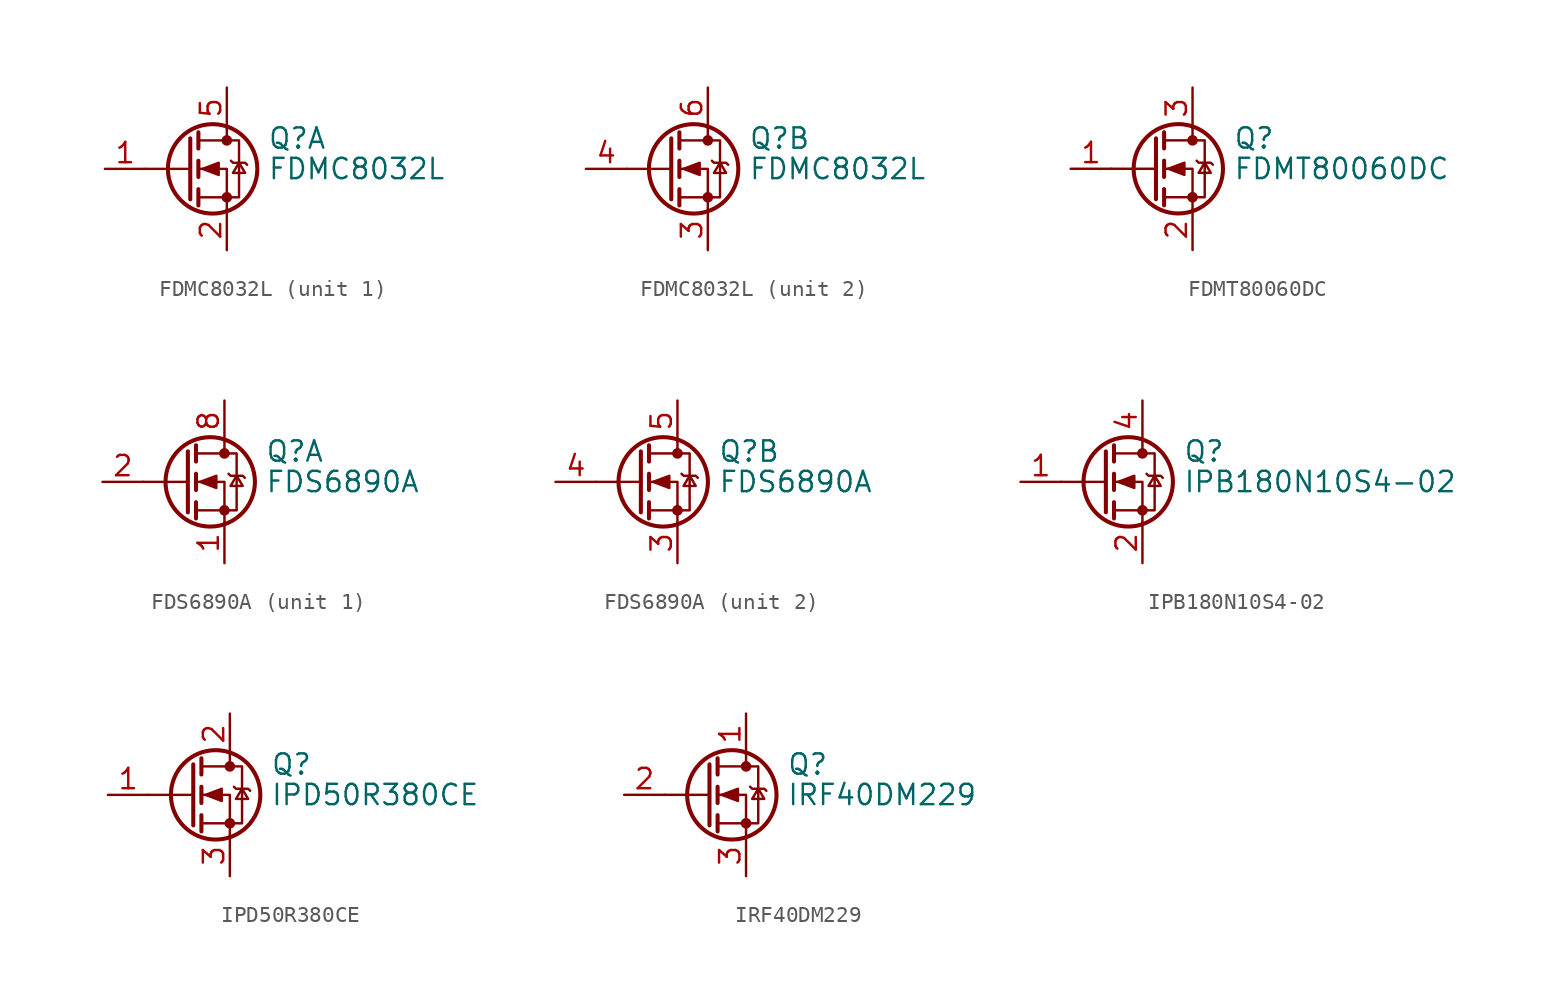
<source format=kicad_sym>
(kicad_symbol_lib
  (version 20220914)
  (generator kicad_symbol_editor)
  (symbol "FDMC8032L"
    (pin_names hide)
    (property "Reference" "Q"
      (at 5.08 1.905 0)
      (effects (font (size 1.27 1.27)) (justify left)))
    (property "Value" "FDMC8032L"
      (at 5.08 0 0)
      (effects (font (size 1.27 1.27)) (justify left)))
    (symbol "FDMC8032L_0_1"
      (polyline (pts (xy 0.254 0) (xy -2.54 0)) (stroke (width 0) (type default)) (fill (type none)))
      (polyline (pts (xy 0.254 1.905) (xy 0.254 -1.905)) (stroke (width 0.254) (type default)) (fill (type none)))
      (polyline (pts (xy 0.762 -1.27) (xy 0.762 -2.286)) (stroke (width 0.254) (type default)) (fill (type none)))
      (polyline (pts (xy 0.762 0.508) (xy 0.762 -0.508)) (stroke (width 0.254) (type default)) (fill (type none)))
      (polyline (pts (xy 0.762 2.286) (xy 0.762 1.27)) (stroke (width 0.254) (type default)) (fill (type none)))
      (polyline (pts (xy 2.54 2.54) (xy 2.54 1.778)) (stroke (width 0) (type default)) (fill (type none)))
      (polyline (pts (xy 2.54 -2.54) (xy 2.54 0) (xy 0.762 0)) (stroke (width 0) (type default)) (fill (type none)))
      (polyline (pts (xy 0.762 -1.778) (xy 3.302 -1.778) (xy 3.302 1.778) (xy 0.762 1.778)) (stroke (width 0) (type default)) (fill (type none)))
      (polyline (pts (xy 1.016 0) (xy 2.032 0.381) (xy 2.032 -0.381) (xy 1.016 0)) (stroke (width 0) (type default)) (fill (type outline)))
      (polyline (pts (xy 2.794 0.508) (xy 2.921 0.381) (xy 3.683 0.381) (xy 3.81 0.254)) (stroke (width 0) (type default)) (fill (type none)))
      (polyline (pts (xy 3.302 0.381) (xy 2.921 -0.254) (xy 3.683 -0.254) (xy 3.302 0.381)) (stroke (width 0) (type default)) (fill (type none)))
      (circle (center 1.651 0) (radius 2.794) (stroke (width 0.254) (type default)) (fill (type none)))
      (circle (center 2.54 -1.778) (radius 0.254) (stroke (width 0) (type default)) (fill (type outline)))
      (circle (center 2.54 1.778) (radius 0.254) (stroke (width 0) (type default)) (fill (type outline))))
    (symbol "FDMC8032L_1_1"
      (pin passive line (at -5.08 0 0) (length 2.54) (name "G1" (effects (font (size 1.27 1.27)))) (number "1" (effects (font (size 1.27 1.27)))))
      (pin passive line (at 2.54 -5.08 90) (length 2.54) (name "S1" (effects (font (size 1.27 1.27)))) (number "2" (effects (font (size 1.27 1.27)))))
      (pin passive line (at 2.54 5.08 270) (length 2.54) (name "D1" (effects (font (size 1.27 1.27)))) (number "5" (effects (font (size 1.27 1.27))))))
    (symbol "FDMC8032L_2_1"
      (pin passive line (at 2.54 -5.08 90) (length 2.54) (name "S2" (effects (font (size 1.27 1.27)))) (number "3" (effects (font (size 1.27 1.27)))))
      (pin passive line (at -5.08 0 0) (length 2.54) (name "G2" (effects (font (size 1.27 1.27)))) (number "4" (effects (font (size 1.27 1.27)))))
      (pin passive line (at 2.54 5.08 270) (length 2.54) (name "D2" (effects (font (size 1.27 1.27)))) (number "6" (effects (font (size 1.27 1.27)))))))
  (symbol "FDMT80060DC"
    (pin_names hide)
    (property "Reference" "Q"
      (at 5.08 1.905 0)
      (effects (font (size 1.27 1.27)) (justify left)))
    (property "Value" "FDMT80060DC"
      (at 5.08 0 0)
      (effects (font (size 1.27 1.27)) (justify left)))
    (symbol "FDMT80060DC_0_1"
      (polyline (pts (xy 0.254 0) (xy -2.54 0)) (stroke (width 0) (type default)) (fill (type none)))
      (polyline (pts (xy 0.254 1.905) (xy 0.254 -1.905)) (stroke (width 0.254) (type default)) (fill (type none)))
      (polyline (pts (xy 0.762 -1.27) (xy 0.762 -2.286)) (stroke (width 0.254) (type default)) (fill (type none)))
      (polyline (pts (xy 0.762 0.508) (xy 0.762 -0.508)) (stroke (width 0.254) (type default)) (fill (type none)))
      (polyline (pts (xy 0.762 2.286) (xy 0.762 1.27)) (stroke (width 0.254) (type default)) (fill (type none)))
      (polyline (pts (xy 2.54 2.54) (xy 2.54 1.778)) (stroke (width 0) (type default)) (fill (type none)))
      (polyline (pts (xy 2.54 -2.54) (xy 2.54 0) (xy 0.762 0)) (stroke (width 0) (type default)) (fill (type none)))
      (polyline (pts (xy 0.762 -1.778) (xy 3.302 -1.778) (xy 3.302 1.778) (xy 0.762 1.778)) (stroke (width 0) (type default)) (fill (type none)))
      (polyline (pts (xy 1.016 0) (xy 2.032 0.381) (xy 2.032 -0.381) (xy 1.016 0)) (stroke (width 0) (type default)) (fill (type outline)))
      (polyline (pts (xy 2.794 0.508) (xy 2.921 0.381) (xy 3.683 0.381) (xy 3.81 0.254)) (stroke (width 0) (type default)) (fill (type none)))
      (polyline (pts (xy 3.302 0.381) (xy 2.921 -0.254) (xy 3.683 -0.254) (xy 3.302 0.381)) (stroke (width 0) (type default)) (fill (type none)))
      (circle (center 1.651 0) (radius 2.794) (stroke (width 0.254) (type default)) (fill (type none)))
      (circle (center 2.54 -1.778) (radius 0.254) (stroke (width 0) (type default)) (fill (type outline)))
      (circle (center 2.54 1.778) (radius 0.254) (stroke (width 0) (type default)) (fill (type outline))))
    (symbol "FDMT80060DC_1_1"
      (pin passive line (at -5.08 0 0) (length 2.54) (name "G" (effects (font (size 1.27 1.27)))) (number "1" (effects (font (size 1.27 1.27)))))
      (pin passive line (at 2.54 -5.08 90) (length 2.54) (name "S" (effects (font (size 1.27 1.27)))) (number "2" (effects (font (size 1.27 1.27)))))
      (pin passive line (at 2.54 5.08 270) (length 2.54) (name "D" (effects (font (size 1.27 1.27)))) (number "3" (effects (font (size 1.27 1.27)))))))
  (symbol "FDS6890A"
    (pin_names hide)
    (property "Reference" "Q"
      (at 5.08 1.905 0)
      (effects (font (size 1.27 1.27)) (justify left)))
    (property "Value" "FDS6890A"
      (at 5.08 0 0)
      (effects (font (size 1.27 1.27)) (justify left)))
    (symbol "FDS6890A_0_1"
      (polyline (pts (xy 0.254 0) (xy -2.54 0)) (stroke (width 0) (type default)) (fill (type none)))
      (polyline (pts (xy 0.254 1.905) (xy 0.254 -1.905)) (stroke (width 0.254) (type default)) (fill (type none)))
      (polyline (pts (xy 0.762 -1.27) (xy 0.762 -2.286)) (stroke (width 0.254) (type default)) (fill (type none)))
      (polyline (pts (xy 0.762 0.508) (xy 0.762 -0.508)) (stroke (width 0.254) (type default)) (fill (type none)))
      (polyline (pts (xy 0.762 2.286) (xy 0.762 1.27)) (stroke (width 0.254) (type default)) (fill (type none)))
      (polyline (pts (xy 2.54 2.54) (xy 2.54 1.778)) (stroke (width 0) (type default)) (fill (type none)))
      (polyline (pts (xy 2.54 -2.54) (xy 2.54 0) (xy 0.762 0)) (stroke (width 0) (type default)) (fill (type none)))
      (polyline (pts (xy 0.762 -1.778) (xy 3.302 -1.778) (xy 3.302 1.778) (xy 0.762 1.778)) (stroke (width 0) (type default)) (fill (type none)))
      (polyline (pts (xy 1.016 0) (xy 2.032 0.381) (xy 2.032 -0.381) (xy 1.016 0)) (stroke (width 0) (type default)) (fill (type outline)))
      (polyline (pts (xy 2.794 0.508) (xy 2.921 0.381) (xy 3.683 0.381) (xy 3.81 0.254)) (stroke (width 0) (type default)) (fill (type none)))
      (polyline (pts (xy 3.302 0.381) (xy 2.921 -0.254) (xy 3.683 -0.254) (xy 3.302 0.381)) (stroke (width 0) (type default)) (fill (type none)))
      (circle (center 1.651 0) (radius 2.794) (stroke (width 0.254) (type default)) (fill (type none)))
      (circle (center 2.54 -1.778) (radius 0.254) (stroke (width 0) (type default)) (fill (type outline)))
      (circle (center 2.54 1.778) (radius 0.254) (stroke (width 0) (type default)) (fill (type outline))))
    (symbol "FDS6890A_1_1"
      (pin passive line (at 2.54 -5.08 90) (length 2.54) (name "S1" (effects (font (size 1.27 1.27)))) (number "1" (effects (font (size 1.27 1.27)))))
      (pin passive line (at -5.08 0 0) (length 2.54) (name "G1" (effects (font (size 1.27 1.27)))) (number "2" (effects (font (size 1.27 1.27)))))
      (pin passive line (at 2.54 5.08 270) (length 2.54) hide (name "D1" (effects (font (size 1.27 1.27)))) (number "7" (effects (font (size 1.27 1.27)))))
      (pin passive line (at 2.54 5.08 270) (length 2.54) (name "D1" (effects (font (size 1.27 1.27)))) (number "8" (effects (font (size 1.27 1.27))))))
    (symbol "FDS6890A_2_1"
      (pin passive line (at 2.54 -5.08 90) (length 2.54) (name "S2" (effects (font (size 1.27 1.27)))) (number "3" (effects (font (size 1.27 1.27)))))
      (pin passive line (at -5.08 0 0) (length 2.54) (name "G2" (effects (font (size 1.27 1.27)))) (number "4" (effects (font (size 1.27 1.27)))))
      (pin passive line (at 2.54 5.08 270) (length 2.54) (name "D2" (effects (font (size 1.27 1.27)))) (number "5" (effects (font (size 1.27 1.27)))))
      (pin passive line (at 2.54 5.08 270) (length 2.54) hide (name "D2" (effects (font (size 1.27 1.27)))) (number "6" (effects (font (size 1.27 1.27)))))))
  (symbol "IPB180N10S4-02"
    (pin_names hide)
    (property "Reference" "Q"
      (at 5.08 1.905 0)
      (effects (font (size 1.27 1.27)) (justify left)))
    (property "Value" "IPB180N10S4-02"
      (at 5.08 0 0)
      (effects (font (size 1.27 1.27)) (justify left)))
    (symbol "IPB180N10S4-02_0_1"
      (polyline (pts (xy 0.254 0) (xy -2.54 0)) (stroke (width 0) (type default)) (fill (type none)))
      (polyline (pts (xy 0.254 1.905) (xy 0.254 -1.905)) (stroke (width 0.254) (type default)) (fill (type none)))
      (polyline (pts (xy 0.762 -1.27) (xy 0.762 -2.286)) (stroke (width 0.254) (type default)) (fill (type none)))
      (polyline (pts (xy 0.762 0.508) (xy 0.762 -0.508)) (stroke (width 0.254) (type default)) (fill (type none)))
      (polyline (pts (xy 0.762 2.286) (xy 0.762 1.27)) (stroke (width 0.254) (type default)) (fill (type none)))
      (polyline (pts (xy 2.54 2.54) (xy 2.54 1.778)) (stroke (width 0) (type default)) (fill (type none)))
      (polyline (pts (xy 2.54 -2.54) (xy 2.54 0) (xy 0.762 0)) (stroke (width 0) (type default)) (fill (type none)))
      (polyline (pts (xy 0.762 -1.778) (xy 3.302 -1.778) (xy 3.302 1.778) (xy 0.762 1.778)) (stroke (width 0) (type default)) (fill (type none)))
      (polyline (pts (xy 1.016 0) (xy 2.032 0.381) (xy 2.032 -0.381) (xy 1.016 0)) (stroke (width 0) (type default)) (fill (type outline)))
      (polyline (pts (xy 2.794 0.508) (xy 2.921 0.381) (xy 3.683 0.381) (xy 3.81 0.254)) (stroke (width 0) (type default)) (fill (type none)))
      (polyline (pts (xy 3.302 0.381) (xy 2.921 -0.254) (xy 3.683 -0.254) (xy 3.302 0.381)) (stroke (width 0) (type default)) (fill (type none)))
      (circle (center 1.651 0) (radius 2.794) (stroke (width 0.254) (type default)) (fill (type none)))
      (circle (center 2.54 -1.778) (radius 0.254) (stroke (width 0) (type default)) (fill (type outline)))
      (circle (center 2.54 1.778) (radius 0.254) (stroke (width 0) (type default)) (fill (type outline))))
    (symbol "IPB180N10S4-02_1_1"
      (pin passive line (at -5.08 0 0) (length 2.54) (name "G" (effects (font (size 1.27 1.27)))) (number "1" (effects (font (size 1.27 1.27)))))
      (pin passive line (at 2.54 -5.08 90) (length 2.54) (name "S" (effects (font (size 1.27 1.27)))) (number "2" (effects (font (size 1.27 1.27)))))
      (pin passive line (at 2.54 -5.08 90) (length 2.54) hide (name "S" (effects (font (size 1.27 1.27)))) (number "3" (effects (font (size 1.27 1.27)))))
      (pin passive line (at 2.54 5.08 270) (length 2.54) (name "D" (effects (font (size 1.27 1.27)))) (number "4" (effects (font (size 1.27 1.27)))))
      (pin passive line (at 2.54 -5.08 90) (length 2.54) hide (name "S" (effects (font (size 1.27 1.27)))) (number "5" (effects (font (size 1.27 1.27)))))
      (pin passive line (at 2.54 -5.08 90) (length 2.54) hide (name "S" (effects (font (size 1.27 1.27)))) (number "6" (effects (font (size 1.27 1.27)))))
      (pin passive line (at 2.54 -5.08 90) (length 2.54) hide (name "S" (effects (font (size 1.27 1.27)))) (number "7" (effects (font (size 1.27 1.27)))))))
  (symbol "IPD50R380CE"
    (pin_names hide)
    (property "Reference" "Q"
      (at 5.08 1.905 0)
      (effects (font (size 1.27 1.27)) (justify left)))
    (property "Value" "IPD50R380CE"
      (at 5.08 0 0)
      (effects (font (size 1.27 1.27)) (justify left)))
    (symbol "IPD50R380CE_0_1"
      (polyline (pts (xy 0.254 0) (xy -2.54 0)) (stroke (width 0) (type default)) (fill (type none)))
      (polyline (pts (xy 0.254 1.905) (xy 0.254 -1.905)) (stroke (width 0.254) (type default)) (fill (type none)))
      (polyline (pts (xy 0.762 -1.27) (xy 0.762 -2.286)) (stroke (width 0.254) (type default)) (fill (type none)))
      (polyline (pts (xy 0.762 0.508) (xy 0.762 -0.508)) (stroke (width 0.254) (type default)) (fill (type none)))
      (polyline (pts (xy 0.762 2.286) (xy 0.762 1.27)) (stroke (width 0.254) (type default)) (fill (type none)))
      (polyline (pts (xy 2.54 2.54) (xy 2.54 1.778)) (stroke (width 0) (type default)) (fill (type none)))
      (polyline (pts (xy 2.54 -2.54) (xy 2.54 0) (xy 0.762 0)) (stroke (width 0) (type default)) (fill (type none)))
      (polyline (pts (xy 0.762 -1.778) (xy 3.302 -1.778) (xy 3.302 1.778) (xy 0.762 1.778)) (stroke (width 0) (type default)) (fill (type none)))
      (polyline (pts (xy 1.016 0) (xy 2.032 0.381) (xy 2.032 -0.381) (xy 1.016 0)) (stroke (width 0) (type default)) (fill (type outline)))
      (polyline (pts (xy 2.794 0.508) (xy 2.921 0.381) (xy 3.683 0.381) (xy 3.81 0.254)) (stroke (width 0) (type default)) (fill (type none)))
      (polyline (pts (xy 3.302 0.381) (xy 2.921 -0.254) (xy 3.683 -0.254) (xy 3.302 0.381)) (stroke (width 0) (type default)) (fill (type none)))
      (circle (center 1.651 0) (radius 2.794) (stroke (width 0.254) (type default)) (fill (type none)))
      (circle (center 2.54 -1.778) (radius 0.254) (stroke (width 0) (type default)) (fill (type outline)))
      (circle (center 2.54 1.778) (radius 0.254) (stroke (width 0) (type default)) (fill (type outline))))
    (symbol "IPD50R380CE_1_1"
      (pin input line (at -5.08 0 0) (length 2.54) (name "G" (effects (font (size 1.27 1.27)))) (number "1" (effects (font (size 1.27 1.27)))))
      (pin passive line (at 2.54 5.08 270) (length 2.54) (name "D" (effects (font (size 1.27 1.27)))) (number "2" (effects (font (size 1.27 1.27)))))
      (pin passive line (at 2.54 -5.08 90) (length 2.54) (name "S" (effects (font (size 1.27 1.27)))) (number "3" (effects (font (size 1.27 1.27)))))))
  (symbol "IRF40DM229"
    (pin_names hide)
    (property "Reference" "Q"
      (at 5.08 1.905 0)
      (effects (font (size 1.27 1.27)) (justify left)))
    (property "Value" "IRF40DM229"
      (at 5.08 0 0)
      (effects (font (size 1.27 1.27)) (justify left)))
    (symbol "IRF40DM229_0_1"
      (polyline (pts (xy 0.254 0) (xy -2.54 0)) (stroke (width 0) (type default)) (fill (type none)))
      (polyline (pts (xy 0.254 1.905) (xy 0.254 -1.905)) (stroke (width 0.254) (type default)) (fill (type none)))
      (polyline (pts (xy 0.762 -1.27) (xy 0.762 -2.286)) (stroke (width 0.254) (type default)) (fill (type none)))
      (polyline (pts (xy 0.762 0.508) (xy 0.762 -0.508)) (stroke (width 0.254) (type default)) (fill (type none)))
      (polyline (pts (xy 0.762 2.286) (xy 0.762 1.27)) (stroke (width 0.254) (type default)) (fill (type none)))
      (polyline (pts (xy 2.54 2.54) (xy 2.54 1.778)) (stroke (width 0) (type default)) (fill (type none)))
      (polyline (pts (xy 2.54 -2.54) (xy 2.54 0) (xy 0.762 0)) (stroke (width 0) (type default)) (fill (type none)))
      (polyline (pts (xy 0.762 -1.778) (xy 3.302 -1.778) (xy 3.302 1.778) (xy 0.762 1.778)) (stroke (width 0) (type default)) (fill (type none)))
      (polyline (pts (xy 1.016 0) (xy 2.032 0.381) (xy 2.032 -0.381) (xy 1.016 0)) (stroke (width 0) (type default)) (fill (type outline)))
      (polyline (pts (xy 2.794 0.508) (xy 2.921 0.381) (xy 3.683 0.381) (xy 3.81 0.254)) (stroke (width 0) (type default)) (fill (type none)))
      (polyline (pts (xy 3.302 0.381) (xy 2.921 -0.254) (xy 3.683 -0.254) (xy 3.302 0.381)) (stroke (width 0) (type default)) (fill (type none)))
      (circle (center 1.651 0) (radius 2.794) (stroke (width 0.254) (type default)) (fill (type none)))
      (circle (center 2.54 -1.778) (radius 0.254) (stroke (width 0) (type default)) (fill (type outline)))
      (circle (center 2.54 1.778) (radius 0.254) (stroke (width 0) (type default)) (fill (type outline))))
    (symbol "IRF40DM229_1_1"
      (pin passive line (at 2.54 5.08 270) (length 2.54) (name "D" (effects (font (size 1.27 1.27)))) (number "1" (effects (font (size 1.27 1.27)))))
      (pin input line (at -5.08 0 0) (length 2.54) (name "G" (effects (font (size 1.27 1.27)))) (number "2" (effects (font (size 1.27 1.27)))))
      (pin passive line (at 2.54 -5.08 90) (length 2.54) (name "S" (effects (font (size 1.27 1.27)))) (number "3" (effects (font (size 1.27 1.27))))))))
</source>
